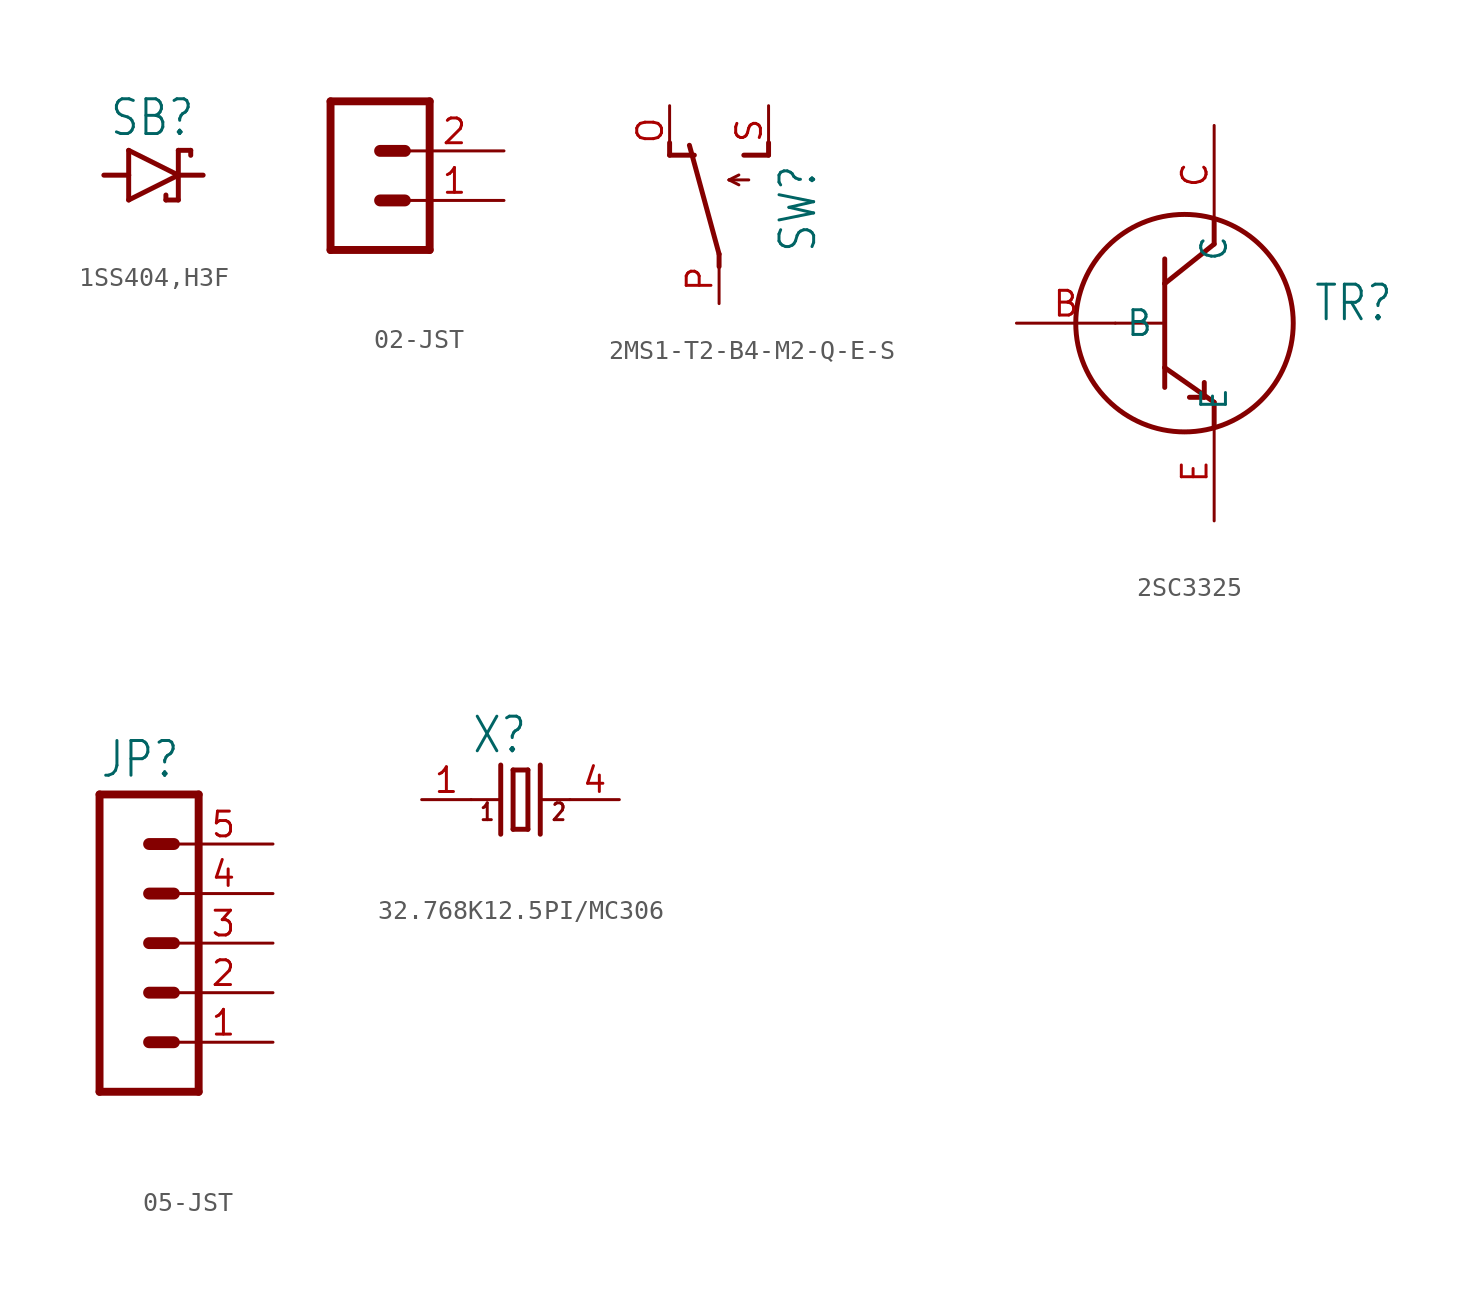
<source format=kicad_sym>
(kicad_symbol_lib
  (version 20220914)
  (generator kicad_symbol_editor)
  (symbol "1SS404,H3F"
    (property "Reference" "SB"
      (at -2.286 1.905 0)
      (effects (font (size 1.778 1.511)) (justify left bottom)))
    (property "Value" ""
      (at -2.286 -3.429 0)
      (effects (font (size 1.778 1.511)) (justify left bottom)))
    (property "ki_locked" ""
      (at 0 0 0)
      (effects (font (size 1.27 1.27))))
    (symbol "1SS404,H3F_1_0"
      (polyline (pts (xy -1.27 -1.27) (xy 1.27 0)) (stroke (width 0.254) (type solid)) (fill (type none)))
      (polyline (pts (xy -1.27 0) (xy -2.54 0)) (stroke (width 0.254) (type solid)) (fill (type none)))
      (polyline (pts (xy -1.27 0) (xy -1.27 -1.27)) (stroke (width 0.254) (type solid)) (fill (type none)))
      (polyline (pts (xy -1.27 1.27) (xy -1.27 0)) (stroke (width 0.254) (type solid)) (fill (type none)))
      (polyline (pts (xy 0.635 -1.016) (xy 0.635 -1.27)) (stroke (width 0.254) (type solid)) (fill (type none)))
      (polyline (pts (xy 1.27 -1.27) (xy 0.635 -1.27)) (stroke (width 0.254) (type solid)) (fill (type none)))
      (polyline (pts (xy 1.27 0) (xy -1.27 1.27)) (stroke (width 0.254) (type solid)) (fill (type none)))
      (polyline (pts (xy 1.27 0) (xy 1.27 -1.27)) (stroke (width 0.254) (type solid)) (fill (type none)))
      (polyline (pts (xy 1.27 0) (xy 2.54 0)) (stroke (width 0.254) (type solid)) (fill (type none)))
      (polyline (pts (xy 1.27 1.27) (xy 1.27 0)) (stroke (width 0.254) (type solid)) (fill (type none)))
      (polyline (pts (xy 1.905 1.27) (xy 1.27 1.27)) (stroke (width 0.254) (type solid)) (fill (type none)))
      (polyline (pts (xy 1.905 1.27) (xy 1.905 1.016)) (stroke (width 0.254) (type solid)) (fill (type none)))
      (pin passive line (at -2.54 0 0) (length 0) (name "A" (effects (font (size 0 0)))) (number "A" (effects (font (size 0 0)))))
      (pin passive line (at 2.54 0 180) (length 0) (name "C" (effects (font (size 0 0)))) (number "C" (effects (font (size 0 0)))))))
  (symbol "02-JST"
    (property "Reference" ""
      (at -1.27 3.302 0)
      (effects (font (size 1.778 1.511)) (justify left bottom) hide))
    (property "Value" ""
      (at -1.27 -7.62 0)
      (effects (font (size 1.778 1.511)) (justify left bottom)))
    (property "ki_locked" ""
      (at 0 0 0)
      (effects (font (size 1.27 1.27))))
    (symbol "02-JST_1_0"
      (polyline (pts (xy -1.27 2.54) (xy -1.27 -5.08)) (stroke (width 0.406) (type solid)) (fill (type none)))
      (polyline (pts (xy -1.27 2.54) (xy 3.81 2.54)) (stroke (width 0.406) (type solid)) (fill (type none)))
      (polyline (pts (xy 1.27 -2.54) (xy 2.54 -2.54)) (stroke (width 0.61) (type solid)) (fill (type none)))
      (polyline (pts (xy 1.27 0) (xy 2.54 0)) (stroke (width 0.61) (type solid)) (fill (type none)))
      (polyline (pts (xy 3.81 -5.08) (xy -1.27 -5.08)) (stroke (width 0.406) (type solid)) (fill (type none)))
      (polyline (pts (xy 3.81 -5.08) (xy 3.81 2.54)) (stroke (width 0.406) (type solid)) (fill (type none)))
      (pin passive line (at 7.62 -2.54 180) (length 5.08) (name "1" (effects (font (size 0 0)))) (number "1" (effects (font (size 1.27 1.27)))))
      (pin passive line (at 7.62 0 180) (length 5.08) (name "2" (effects (font (size 0 0)))) (number "2" (effects (font (size 1.27 1.27)))))))
  (symbol "2MS1-T2-B4-M2-Q-E-S"
    (property "Reference" "SW"
      (at 5.08 -2.54 90)
      (effects (font (size 1.778 1.511)) (justify left bottom)))
    (property "Value" ""
      (at 7.62 -2.54 90)
      (effects (font (size 1.778 1.511)) (justify left bottom)))
    (property "ki_locked" ""
      (at 0 0 0)
      (effects (font (size 1.27 1.27))))
    (symbol "2MS1-T2-B4-M2-Q-E-S_1_0"
      (polyline (pts (xy -2.54 2.54) (xy -2.54 3.175)) (stroke (width 0.254) (type solid)) (fill (type none)))
      (polyline (pts (xy -2.54 2.54) (xy -1.27 2.54)) (stroke (width 0.254) (type solid)) (fill (type none)))
      (polyline (pts (xy 0 -3.175) (xy 0 -2.54)) (stroke (width 0.254) (type solid)) (fill (type none)))
      (polyline (pts (xy 0 -2.54) (xy -1.524 3.048)) (stroke (width 0.254) (type solid)) (fill (type none)))
      (polyline (pts (xy 0.508 1.27) (xy 1.016 1.016)) (stroke (width 0.152) (type solid)) (fill (type none)))
      (polyline (pts (xy 0.508 1.27) (xy 1.016 1.524)) (stroke (width 0.152) (type solid)) (fill (type none)))
      (polyline (pts (xy 0.508 1.27) (xy 1.524 1.27)) (stroke (width 0.152) (type solid)) (fill (type none)))
      (polyline (pts (xy 1.27 2.54) (xy 2.54 2.54)) (stroke (width 0.254) (type solid)) (fill (type none)))
      (polyline (pts (xy 2.54 2.54) (xy 2.54 3.175)) (stroke (width 0.254) (type solid)) (fill (type none)))
      (pin passive line (at -2.54 5.08 270) (length 2.54) (name "O" (effects (font (size 0 0)))) (number "O" (effects (font (size 1.27 1.27)))))
      (pin passive line (at 0 -5.08 90) (length 2.54) (name "P" (effects (font (size 0 0)))) (number "P" (effects (font (size 1.27 1.27)))))
      (pin passive line (at 2.54 5.08 270) (length 2.54) (name "S" (effects (font (size 0 0)))) (number "S" (effects (font (size 1.27 1.27)))))))
  (symbol "2SC3325"
    (property "Reference" "TR"
      (at 7.62 0 0)
      (effects (font (size 1.778 1.511)) (justify left bottom)))
    (property "Value" ""
      (at 7.62 -2.54 0)
      (effects (font (size 1.778 1.511)) (justify left bottom)))
    (property "ki_locked" ""
      (at 0 0 0)
      (effects (font (size 1.27 1.27))))
    (symbol "2SC3325_1_0"
      (polyline (pts (xy -2.54 0) (xy 0 0)) (stroke (width 0.152) (type solid)) (fill (type none)))
      (polyline (pts (xy 0 -2.286) (xy 0 -3.302)) (stroke (width 0.254) (type solid)) (fill (type none)))
      (polyline (pts (xy 0 -2.286) (xy 2.54 -4.064)) (stroke (width 0.254) (type solid)) (fill (type none)))
      (polyline (pts (xy 0 2.032) (xy 0 -2.286)) (stroke (width 0.254) (type solid)) (fill (type none)))
      (polyline (pts (xy 0 2.032) (xy 2.54 4.064)) (stroke (width 0.254) (type solid)) (fill (type none)))
      (polyline (pts (xy 0 3.302) (xy 0 2.032)) (stroke (width 0.254) (type solid)) (fill (type none)))
      (polyline (pts (xy 2.032 -3.81) (xy 1.27 -3.81)) (stroke (width 0.254) (type solid)) (fill (type none)))
      (polyline (pts (xy 2.032 -3.81) (xy 2.032 -3.048)) (stroke (width 0.254) (type solid)) (fill (type none)))
      (polyline (pts (xy 2.54 -4.064) (xy 2.54 -5.334)) (stroke (width 0.254) (type solid)) (fill (type none)))
      (polyline (pts (xy 2.54 4.064) (xy 2.54 5.334)) (stroke (width 0.254) (type solid)) (fill (type none)))
      (circle (center 1.016 0) (radius 5.588) (stroke (width 0.254) (type solid)) (fill (type none)))
      (pin bidirectional line (at -7.62 0 0) (length 5.08) (name "B" (effects (font (size 1.27 1.27)))) (number "B" (effects (font (size 1.27 1.27)))))
      (pin bidirectional line (at 2.54 10.16 270) (length 5.08) (name "C" (effects (font (size 1.27 1.27)))) (number "C" (effects (font (size 1.27 1.27)))))
      (pin bidirectional line (at 2.54 -10.16 90) (length 5.08) (name "E" (effects (font (size 1.27 1.27)))) (number "E" (effects (font (size 1.27 1.27)))))))
  (symbol "05-JST"
    (property "Reference" "JP"
      (at -1.27 8.382 0)
      (effects (font (size 1.778 1.511)) (justify left bottom)))
    (property "Value" ""
      (at -1.27 -10.16 0)
      (effects (font (size 1.778 1.511)) (justify left bottom)))
    (property "ki_locked" ""
      (at 0 0 0)
      (effects (font (size 1.27 1.27))))
    (symbol "05-JST_1_0"
      (polyline (pts (xy -1.27 7.62) (xy -1.27 -7.62)) (stroke (width 0.406) (type solid)) (fill (type none)))
      (polyline (pts (xy -1.27 7.62) (xy 3.81 7.62)) (stroke (width 0.406) (type solid)) (fill (type none)))
      (polyline (pts (xy 1.27 -5.08) (xy 2.54 -5.08)) (stroke (width 0.61) (type solid)) (fill (type none)))
      (polyline (pts (xy 1.27 -2.54) (xy 2.54 -2.54)) (stroke (width 0.61) (type solid)) (fill (type none)))
      (polyline (pts (xy 1.27 0) (xy 2.54 0)) (stroke (width 0.61) (type solid)) (fill (type none)))
      (polyline (pts (xy 1.27 2.54) (xy 2.54 2.54)) (stroke (width 0.61) (type solid)) (fill (type none)))
      (polyline (pts (xy 1.27 5.08) (xy 2.54 5.08)) (stroke (width 0.61) (type solid)) (fill (type none)))
      (polyline (pts (xy 3.81 -7.62) (xy -1.27 -7.62)) (stroke (width 0.406) (type solid)) (fill (type none)))
      (polyline (pts (xy 3.81 -7.62) (xy 3.81 7.62)) (stroke (width 0.406) (type solid)) (fill (type none)))
      (pin passive line (at 7.62 -5.08 180) (length 5.08) (name "1" (effects (font (size 0 0)))) (number "1" (effects (font (size 1.27 1.27)))))
      (pin passive line (at 7.62 -2.54 180) (length 5.08) (name "2" (effects (font (size 0 0)))) (number "2" (effects (font (size 1.27 1.27)))))
      (pin passive line (at 7.62 0 180) (length 5.08) (name "3" (effects (font (size 0 0)))) (number "3" (effects (font (size 1.27 1.27)))))
      (pin passive line (at 7.62 2.54 180) (length 5.08) (name "4" (effects (font (size 0 0)))) (number "4" (effects (font (size 1.27 1.27)))))
      (pin passive line (at 7.62 5.08 180) (length 5.08) (name "5" (effects (font (size 0 0)))) (number "5" (effects (font (size 1.27 1.27)))))))
  (symbol "32.768K12.5PI/MC306"
    (property "Reference" "X"
      (at -2.54 2.286 0)
      (effects (font (size 1.778 1.511)) (justify left bottom)))
    (property "Value" ""
      (at -2.54 -3.81 0)
      (effects (font (size 1.778 1.511)) (justify left bottom)))
    (property "ki_locked" ""
      (at 0 0 0)
      (effects (font (size 1.27 1.27))))
    (symbol "32.768K12.5PI/MC306_1_0"
      (polyline (pts (xy -2.54 0) (xy -1.016 0)) (stroke (width 0.152) (type solid)) (fill (type none)))
      (polyline (pts (xy -1.016 1.778) (xy -1.016 -1.778)) (stroke (width 0.254) (type solid)) (fill (type none)))
      (polyline (pts (xy -0.381 -1.524) (xy 0.381 -1.524)) (stroke (width 0.254) (type solid)) (fill (type none)))
      (polyline (pts (xy -0.381 1.524) (xy -0.381 -1.524)) (stroke (width 0.254) (type solid)) (fill (type none)))
      (polyline (pts (xy 0.381 -1.524) (xy 0.381 1.524)) (stroke (width 0.254) (type solid)) (fill (type none)))
      (polyline (pts (xy 0.381 1.524) (xy -0.381 1.524)) (stroke (width 0.254) (type solid)) (fill (type none)))
      (polyline (pts (xy 1.016 0) (xy 2.54 0)) (stroke (width 0.152) (type solid)) (fill (type none)))
      (polyline (pts (xy 1.016 1.778) (xy 1.016 -1.778)) (stroke (width 0.254) (type solid)) (fill (type none)))
      (text "1" (at -2.159 -1.143 0) (effects (font (size 0.864 0.734)) (justify left bottom)))
      (text "2" (at 1.524 -1.143 0) (effects (font (size 0.864 0.734)) (justify left bottom)))
      (pin passive line (at -5.08 0 0) (length 2.54) (name "1" (effects (font (size 0 0)))) (number "1" (effects (font (size 1.27 1.27)))))
      (pin passive line (at 5.08 0 180) (length 2.54) (name "2" (effects (font (size 0 0)))) (number "4" (effects (font (size 1.27 1.27))))))))
</source>
